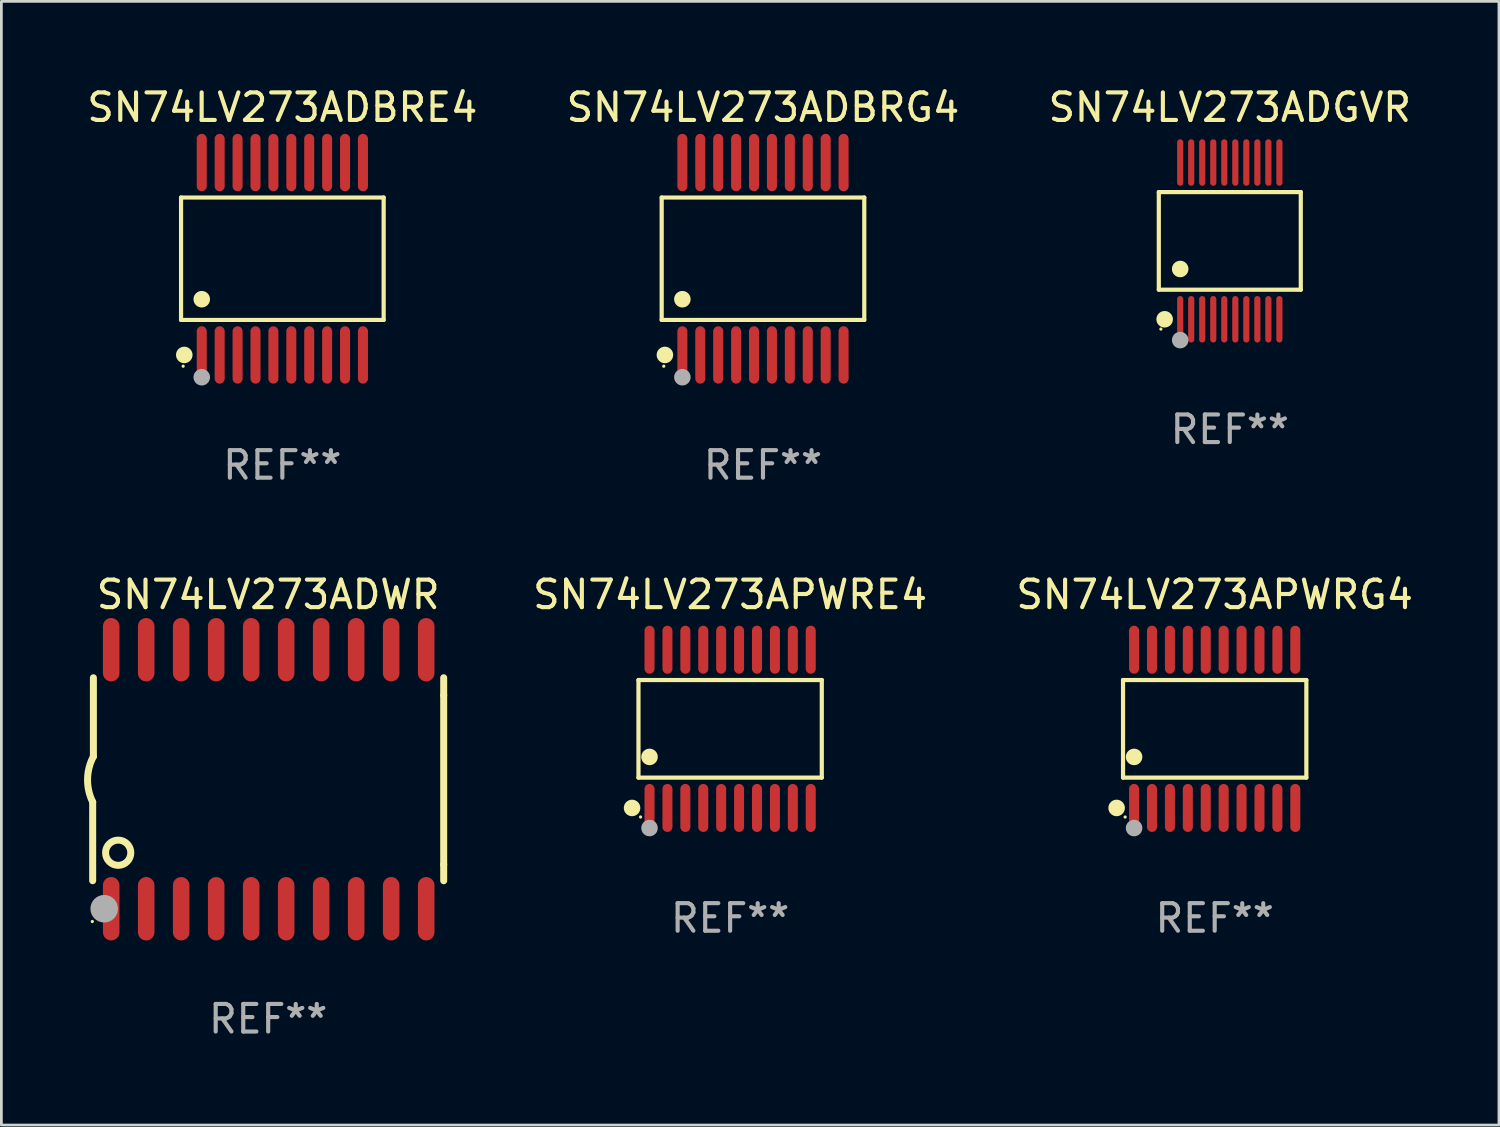
<source format=kicad_pcb>
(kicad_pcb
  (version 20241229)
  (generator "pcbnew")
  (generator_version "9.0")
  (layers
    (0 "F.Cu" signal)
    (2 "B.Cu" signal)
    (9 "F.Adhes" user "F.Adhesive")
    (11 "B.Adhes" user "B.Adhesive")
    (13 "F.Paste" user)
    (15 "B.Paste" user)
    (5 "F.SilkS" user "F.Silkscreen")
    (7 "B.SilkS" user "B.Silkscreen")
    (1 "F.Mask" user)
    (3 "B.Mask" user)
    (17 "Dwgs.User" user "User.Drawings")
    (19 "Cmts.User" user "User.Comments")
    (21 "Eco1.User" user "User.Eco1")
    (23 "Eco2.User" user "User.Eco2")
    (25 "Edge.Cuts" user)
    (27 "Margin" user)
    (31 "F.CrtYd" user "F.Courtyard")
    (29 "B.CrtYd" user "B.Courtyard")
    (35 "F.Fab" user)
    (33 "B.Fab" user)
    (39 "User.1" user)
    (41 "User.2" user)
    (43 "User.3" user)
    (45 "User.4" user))
  (footprint "SN74LV273APWRG4"
    (layer "F.Cu")
    (at 41.029 23.398)
    (property "Reference" "SN74LV273APWRG4" (at 0 -4.871 0) (layer "F.SilkS") (effects (font (size 1 1) (thickness 0.15))))
    (attr through_hole)
    (fp_line (start -3.326 -1.771) (end 3.326 -1.771) (stroke (width 0.152) (type solid)) (layer "F.SilkS"))
    (fp_line (start -3.326 1.771) (end -3.326 -1.771) (stroke (width 0.152) (type solid)) (layer "F.SilkS"))
    (fp_line (start 3.326 -1.771) (end 3.326 1.771) (stroke (width 0.152) (type solid)) (layer "F.SilkS"))
    (fp_line (start 3.326 1.771) (end -3.326 1.771) (stroke (width 0.152) (type solid)) (layer "F.SilkS"))
    (fp_circle (center -3.559 2.871) (end -3.409 2.871) (stroke (width 0.3) (type solid)) (fill no) (layer "F.SilkS"))
    (fp_circle (center -3.25 3.2) (end -3.22 3.2) (stroke (width 0.06) (type solid)) (fill no) (layer "F.SilkS"))
    (fp_circle (center -2.925 1.019) (end -2.775 1.019) (stroke (width 0.3) (type solid)) (fill no) (layer "F.SilkS"))
    (fp_circle (center -2.925 3.6) (end -2.775 3.6) (stroke (width 0.3) (type solid)) (fill no) (layer "F.Fab"))
    (fp_text user "REF**" (at 0 6.871 0) (layer "F.Fab") (effects (font (size 1 1) (thickness 0.15))))
    (pad "1" smd oval (at -2.925 2.871) (size 0.364 1.742) (layers "F.Cu" "F.Mask" "F.Paste"))
    (pad "2" smd oval (at -2.275 2.871) (size 0.364 1.742) (layers "F.Cu" "F.Mask" "F.Paste"))
    (pad "3" smd oval (at -1.625 2.871) (size 0.364 1.742) (layers "F.Cu" "F.Mask" "F.Paste"))
    (pad "4" smd oval (at -0.975 2.871) (size 0.364 1.742) (layers "F.Cu" "F.Mask" "F.Paste"))
    (pad "5" smd oval (at -0.325 2.871) (size 0.364 1.742) (layers "F.Cu" "F.Mask" "F.Paste"))
    (pad "6" smd oval (at 0.325 2.871) (size 0.364 1.742) (layers "F.Cu" "F.Mask" "F.Paste"))
    (pad "7" smd oval (at 0.975 2.871) (size 0.364 1.742) (layers "F.Cu" "F.Mask" "F.Paste"))
    (pad "8" smd oval (at 1.625 2.871) (size 0.364 1.742) (layers "F.Cu" "F.Mask" "F.Paste"))
    (pad "9" smd oval (at 2.275 2.871) (size 0.364 1.742) (layers "F.Cu" "F.Mask" "F.Paste"))
    (pad "10" smd oval (at 2.925 2.871) (size 0.364 1.742) (layers "F.Cu" "F.Mask" "F.Paste"))
    (pad "11" smd oval (at 2.925 -2.871) (size 0.364 1.742) (layers "F.Cu" "F.Mask" "F.Paste"))
    (pad "12" smd oval (at 2.275 -2.871) (size 0.364 1.742) (layers "F.Cu" "F.Mask" "F.Paste"))
    (pad "13" smd oval (at 1.625 -2.871) (size 0.364 1.742) (layers "F.Cu" "F.Mask" "F.Paste"))
    (pad "14" smd oval (at 0.975 -2.871) (size 0.364 1.742) (layers "F.Cu" "F.Mask" "F.Paste"))
    (pad "15" smd oval (at 0.325 -2.871) (size 0.364 1.742) (layers "F.Cu" "F.Mask" "F.Paste"))
    (pad "16" smd oval (at -0.325 -2.871) (size 0.364 1.742) (layers "F.Cu" "F.Mask" "F.Paste"))
    (pad "17" smd oval (at -0.975 -2.871) (size 0.364 1.742) (layers "F.Cu" "F.Mask" "F.Paste"))
    (pad "18" smd oval (at -1.625 -2.871) (size 0.364 1.742) (layers "F.Cu" "F.Mask" "F.Paste"))
    (pad "19" smd oval (at -2.275 -2.871) (size 0.364 1.742) (layers "F.Cu" "F.Mask" "F.Paste"))
    (pad "20" smd oval (at -2.925 -2.871) (size 0.364 1.742) (layers "F.Cu" "F.Mask" "F.Paste")))
  (footprint "SN74LV273ADWR"
    (layer "F.Cu")
    (at 6.682 25.227)
    (property "Reference" "SN74LV273ADWR" (at 0 -6.7 0) (layer "F.SilkS") (effects (font (size 1 1) (thickness 0.15))))
    (attr through_hole)
    (fp_line (start -6.369 0.826) (end -6.369 3.683) (stroke (width 0.254) (type solid)) (layer "F.SilkS"))
    (fp_line (start -6.343 -0.825) (end -6.343 -3.683) (stroke (width 0.254) (type solid)) (layer "F.SilkS"))
    (fp_line (start 6.369 -3.048) (end 6.369 -3.683) (stroke (width 0.254) (type solid)) (layer "F.SilkS"))
    (fp_line (start 6.369 -3.048) (end 6.369 3.096) (stroke (width 0.254) (type solid)) (layer "F.SilkS"))
    (fp_line (start 6.369 3.096) (end 6.369 3.683) (stroke (width 0.254) (type solid)) (layer "F.SilkS"))
    (fp_arc (start -6.36853 0.825552) (mid -6.554743 -0.00301) (end -6.343129 -0.825451) (stroke (width 0.254001) (type solid)) (layer "F.SilkS"))
    (fp_circle (center -6.382 5.163) (end -6.352 5.163) (stroke (width 0.06) (type solid)) (fill no) (layer "F.SilkS"))
    (fp_circle (center -5.443 2.667) (end -4.985 2.667) (stroke (width 0.254) (type solid)) (fill no) (layer "F.SilkS"))
    (fp_circle (center -5.951 4.699) (end -5.701 4.699) (stroke (width 0.5) (type solid)) (fill no) (layer "F.Fab"))
    (fp_text user "REF**" (at 0 8.7 0) (layer "F.Fab") (effects (font (size 1 1) (thickness 0.15))))
    (pad "1" smd oval (at -5.697 4.7 180) (size 0.6 2.3) (layers "F.Cu" "F.Mask" "F.Paste"))
    (pad "2" smd oval (at -4.427 4.7 180) (size 0.6 2.3) (layers "F.Cu" "F.Mask" "F.Paste"))
    (pad "3" smd oval (at -3.157 4.7 180) (size 0.6 2.3) (layers "F.Cu" "F.Mask" "F.Paste"))
    (pad "4" smd oval (at -1.887 4.7 180) (size 0.6 2.3) (layers "F.Cu" "F.Mask" "F.Paste"))
    (pad "5" smd oval (at -0.617 4.7 180) (size 0.6 2.3) (layers "F.Cu" "F.Mask" "F.Paste"))
    (pad "6" smd oval (at 0.653 4.7 180) (size 0.6 2.3) (layers "F.Cu" "F.Mask" "F.Paste"))
    (pad "7" smd oval (at 1.923 4.7 180) (size 0.6 2.3) (layers "F.Cu" "F.Mask" "F.Paste"))
    (pad "8" smd oval (at 3.193 4.7 180) (size 0.6 2.3) (layers "F.Cu" "F.Mask" "F.Paste"))
    (pad "9" smd oval (at 4.463 4.7 180) (size 0.6 2.3) (layers "F.Cu" "F.Mask" "F.Paste"))
    (pad "10" smd oval (at 5.734 4.7 180) (size 0.6 2.3) (layers "F.Cu" "F.Mask" "F.Paste"))
    (pad "11" smd oval (at 5.734 -4.7 180) (size 0.6 2.3) (layers "F.Cu" "F.Mask" "F.Paste"))
    (pad "12" smd oval (at 4.463 -4.7 180) (size 0.6 2.3) (layers "F.Cu" "F.Mask" "F.Paste"))
    (pad "13" smd oval (at 3.193 -4.7 180) (size 0.6 2.3) (layers "F.Cu" "F.Mask" "F.Paste"))
    (pad "14" smd oval (at 1.923 -4.7 180) (size 0.6 2.3) (layers "F.Cu" "F.Mask" "F.Paste"))
    (pad "15" smd oval (at 0.653 -4.7 180) (size 0.6 2.3) (layers "F.Cu" "F.Mask" "F.Paste"))
    (pad "16" smd oval (at -0.617 -4.7 180) (size 0.6 2.3) (layers "F.Cu" "F.Mask" "F.Paste"))
    (pad "17" smd oval (at -1.887 -4.7 180) (size 0.6 2.3) (layers "F.Cu" "F.Mask" "F.Paste"))
    (pad "18" smd oval (at -3.157 -4.7 180) (size 0.6 2.3) (layers "F.Cu" "F.Mask" "F.Paste"))
    (pad "19" smd oval (at -4.427 -4.7 180) (size 0.6 2.3) (layers "F.Cu" "F.Mask" "F.Paste"))
    (pad "20" smd oval (at -5.697 -4.7 180) (size 0.6 2.3) (layers "F.Cu" "F.Mask" "F.Paste")))
  (footprint "SN74LV273ADBRG4"
    (layer "F.Cu")
    (at 24.637 6.339)
    (property "Reference" "SN74LV273ADBRG4" (at 0 -5.491 0) (layer "F.SilkS") (effects (font (size 1 1) (thickness 0.15))))
    (attr through_hole)
    (fp_line (start -3.676 -2.221) (end 3.676 -2.221) (stroke (width 0.152) (type solid)) (layer "F.SilkS"))
    (fp_line (start -3.676 2.221) (end -3.676 -2.221) (stroke (width 0.152) (type solid)) (layer "F.SilkS"))
    (fp_line (start 3.676 -2.221) (end 3.676 2.221) (stroke (width 0.152) (type solid)) (layer "F.SilkS"))
    (fp_line (start 3.676 2.221) (end -3.676 2.221) (stroke (width 0.152) (type solid)) (layer "F.SilkS"))
    (fp_circle (center -3.6 3.9) (end -3.57 3.9) (stroke (width 0.06) (type solid)) (fill no) (layer "F.SilkS"))
    (fp_circle (center -3.559 3.491) (end -3.409 3.491) (stroke (width 0.3) (type solid)) (fill no) (layer "F.SilkS"))
    (fp_circle (center -2.925 1.469) (end -2.775 1.469) (stroke (width 0.3) (type solid)) (fill no) (layer "F.SilkS"))
    (fp_circle (center -2.925 4.3) (end -2.775 4.3) (stroke (width 0.3) (type solid)) (fill no) (layer "F.Fab"))
    (fp_text user "REF**" (at 0 7.491 0) (layer "F.Fab") (effects (font (size 1 1) (thickness 0.15))))
    (pad "1" smd oval (at -2.925 3.491) (size 0.364 2.082) (layers "F.Cu" "F.Mask" "F.Paste"))
    (pad "2" smd oval (at -2.275 3.491) (size 0.364 2.082) (layers "F.Cu" "F.Mask" "F.Paste"))
    (pad "3" smd oval (at -1.625 3.491) (size 0.364 2.082) (layers "F.Cu" "F.Mask" "F.Paste"))
    (pad "4" smd oval (at -0.975 3.491) (size 0.364 2.082) (layers "F.Cu" "F.Mask" "F.Paste"))
    (pad "5" smd oval (at -0.325 3.491) (size 0.364 2.082) (layers "F.Cu" "F.Mask" "F.Paste"))
    (pad "6" smd oval (at 0.325 3.491) (size 0.364 2.082) (layers "F.Cu" "F.Mask" "F.Paste"))
    (pad "7" smd oval (at 0.975 3.491) (size 0.364 2.082) (layers "F.Cu" "F.Mask" "F.Paste"))
    (pad "8" smd oval (at 1.625 3.491) (size 0.364 2.082) (layers "F.Cu" "F.Mask" "F.Paste"))
    (pad "9" smd oval (at 2.275 3.491) (size 0.364 2.082) (layers "F.Cu" "F.Mask" "F.Paste"))
    (pad "10" smd oval (at 2.925 3.491) (size 0.364 2.082) (layers "F.Cu" "F.Mask" "F.Paste"))
    (pad "11" smd oval (at 2.925 -3.491) (size 0.364 2.082) (layers "F.Cu" "F.Mask" "F.Paste"))
    (pad "12" smd oval (at 2.275 -3.491) (size 0.364 2.082) (layers "F.Cu" "F.Mask" "F.Paste"))
    (pad "13" smd oval (at 1.625 -3.491) (size 0.364 2.082) (layers "F.Cu" "F.Mask" "F.Paste"))
    (pad "14" smd oval (at 0.975 -3.491) (size 0.364 2.082) (layers "F.Cu" "F.Mask" "F.Paste"))
    (pad "15" smd oval (at 0.325 -3.491) (size 0.364 2.082) (layers "F.Cu" "F.Mask" "F.Paste"))
    (pad "16" smd oval (at -0.325 -3.491) (size 0.364 2.082) (layers "F.Cu" "F.Mask" "F.Paste"))
    (pad "17" smd oval (at -0.975 -3.491) (size 0.364 2.082) (layers "F.Cu" "F.Mask" "F.Paste"))
    (pad "18" smd oval (at -1.625 -3.491) (size 0.364 2.082) (layers "F.Cu" "F.Mask" "F.Paste"))
    (pad "19" smd oval (at -2.275 -3.491) (size 0.364 2.082) (layers "F.Cu" "F.Mask" "F.Paste"))
    (pad "20" smd oval (at -2.925 -3.491) (size 0.364 2.082) (layers "F.Cu" "F.Mask" "F.Paste")))
  (footprint "SN74LV273ADBRE4"
    (layer "F.Cu")
    (at 7.196 6.339)
    (property "Reference" "SN74LV273ADBRE4" (at 0 -5.491 0) (layer "F.SilkS") (effects (font (size 1 1) (thickness 0.15))))
    (attr through_hole)
    (fp_line (start -3.676 -2.221) (end 3.676 -2.221) (stroke (width 0.152) (type solid)) (layer "F.SilkS"))
    (fp_line (start -3.676 2.221) (end -3.676 -2.221) (stroke (width 0.152) (type solid)) (layer "F.SilkS"))
    (fp_line (start 3.676 -2.221) (end 3.676 2.221) (stroke (width 0.152) (type solid)) (layer "F.SilkS"))
    (fp_line (start 3.676 2.221) (end -3.676 2.221) (stroke (width 0.152) (type solid)) (layer "F.SilkS"))
    (fp_circle (center -3.6 3.9) (end -3.57 3.9) (stroke (width 0.06) (type solid)) (fill no) (layer "F.SilkS"))
    (fp_circle (center -3.559 3.491) (end -3.409 3.491) (stroke (width 0.3) (type solid)) (fill no) (layer "F.SilkS"))
    (fp_circle (center -2.925 1.469) (end -2.775 1.469) (stroke (width 0.3) (type solid)) (fill no) (layer "F.SilkS"))
    (fp_circle (center -2.925 4.3) (end -2.775 4.3) (stroke (width 0.3) (type solid)) (fill no) (layer "F.Fab"))
    (fp_text user "REF**" (at 0 7.491 0) (layer "F.Fab") (effects (font (size 1 1) (thickness 0.15))))
    (pad "1" smd oval (at -2.925 3.491) (size 0.364 2.082) (layers "F.Cu" "F.Mask" "F.Paste"))
    (pad "2" smd oval (at -2.275 3.491) (size 0.364 2.082) (layers "F.Cu" "F.Mask" "F.Paste"))
    (pad "3" smd oval (at -1.625 3.491) (size 0.364 2.082) (layers "F.Cu" "F.Mask" "F.Paste"))
    (pad "4" smd oval (at -0.975 3.491) (size 0.364 2.082) (layers "F.Cu" "F.Mask" "F.Paste"))
    (pad "5" smd oval (at -0.325 3.491) (size 0.364 2.082) (layers "F.Cu" "F.Mask" "F.Paste"))
    (pad "6" smd oval (at 0.325 3.491) (size 0.364 2.082) (layers "F.Cu" "F.Mask" "F.Paste"))
    (pad "7" smd oval (at 0.975 3.491) (size 0.364 2.082) (layers "F.Cu" "F.Mask" "F.Paste"))
    (pad "8" smd oval (at 1.625 3.491) (size 0.364 2.082) (layers "F.Cu" "F.Mask" "F.Paste"))
    (pad "9" smd oval (at 2.275 3.491) (size 0.364 2.082) (layers "F.Cu" "F.Mask" "F.Paste"))
    (pad "10" smd oval (at 2.925 3.491) (size 0.364 2.082) (layers "F.Cu" "F.Mask" "F.Paste"))
    (pad "11" smd oval (at 2.925 -3.491) (size 0.364 2.082) (layers "F.Cu" "F.Mask" "F.Paste"))
    (pad "12" smd oval (at 2.275 -3.491) (size 0.364 2.082) (layers "F.Cu" "F.Mask" "F.Paste"))
    (pad "13" smd oval (at 1.625 -3.491) (size 0.364 2.082) (layers "F.Cu" "F.Mask" "F.Paste"))
    (pad "14" smd oval (at 0.975 -3.491) (size 0.364 2.082) (layers "F.Cu" "F.Mask" "F.Paste"))
    (pad "15" smd oval (at 0.325 -3.491) (size 0.364 2.082) (layers "F.Cu" "F.Mask" "F.Paste"))
    (pad "16" smd oval (at -0.325 -3.491) (size 0.364 2.082) (layers "F.Cu" "F.Mask" "F.Paste"))
    (pad "17" smd oval (at -0.975 -3.491) (size 0.364 2.082) (layers "F.Cu" "F.Mask" "F.Paste"))
    (pad "18" smd oval (at -1.625 -3.491) (size 0.364 2.082) (layers "F.Cu" "F.Mask" "F.Paste"))
    (pad "19" smd oval (at -2.275 -3.491) (size 0.364 2.082) (layers "F.Cu" "F.Mask" "F.Paste"))
    (pad "20" smd oval (at -2.925 -3.491) (size 0.364 2.082) (layers "F.Cu" "F.Mask" "F.Paste")))
  (footprint "SN74LV273ADGVR"
    (layer "F.Cu")
    (at 41.577 5.692)
    (property "Reference" "SN74LV273ADGVR" (at 0 -4.844 0) (layer "F.SilkS") (effects (font (size 1 1) (thickness 0.15))))
    (attr through_hole)
    (fp_line (start -2.576 -1.771) (end 2.576 -1.771) (stroke (width 0.152) (type solid)) (layer "F.SilkS"))
    (fp_line (start -2.576 1.771) (end -2.576 -1.771) (stroke (width 0.152) (type solid)) (layer "F.SilkS"))
    (fp_line (start 2.576 -1.771) (end 2.576 1.771) (stroke (width 0.152) (type solid)) (layer "F.SilkS"))
    (fp_line (start 2.576 1.771) (end -2.576 1.771) (stroke (width 0.152) (type solid)) (layer "F.SilkS"))
    (fp_circle (center -2.5 3.2) (end -2.47 3.2) (stroke (width 0.06) (type solid)) (fill no) (layer "F.SilkS"))
    (fp_circle (center -2.364 2.844) (end -2.214 2.844) (stroke (width 0.3) (type solid)) (fill no) (layer "F.SilkS"))
    (fp_circle (center -1.8 1.019) (end -1.65 1.019) (stroke (width 0.3) (type solid)) (fill no) (layer "F.SilkS"))
    (fp_circle (center -1.8 3.6) (end -1.65 3.6) (stroke (width 0.3) (type solid)) (fill no) (layer "F.Fab"))
    (fp_text user "REF**" (at 0 6.844 0) (layer "F.Fab") (effects (font (size 1 1) (thickness 0.15))))
    (pad "1" smd oval (at -1.8 2.844) (size 0.224 1.687) (layers "F.Cu" "F.Mask" "F.Paste"))
    (pad "2" smd oval (at -1.4 2.844) (size 0.224 1.687) (layers "F.Cu" "F.Mask" "F.Paste"))
    (pad "3" smd oval (at -1 2.844) (size 0.224 1.687) (layers "F.Cu" "F.Mask" "F.Paste"))
    (pad "4" smd oval (at -0.6 2.844) (size 0.224 1.687) (layers "F.Cu" "F.Mask" "F.Paste"))
    (pad "5" smd oval (at -0.2 2.844) (size 0.224 1.687) (layers "F.Cu" "F.Mask" "F.Paste"))
    (pad "6" smd oval (at 0.2 2.844) (size 0.224 1.687) (layers "F.Cu" "F.Mask" "F.Paste"))
    (pad "7" smd oval (at 0.6 2.844) (size 0.224 1.687) (layers "F.Cu" "F.Mask" "F.Paste"))
    (pad "8" smd oval (at 1 2.844) (size 0.224 1.687) (layers "F.Cu" "F.Mask" "F.Paste"))
    (pad "9" smd oval (at 1.4 2.844) (size 0.224 1.687) (layers "F.Cu" "F.Mask" "F.Paste"))
    (pad "10" smd oval (at 1.8 2.844) (size 0.224 1.687) (layers "F.Cu" "F.Mask" "F.Paste"))
    (pad "11" smd oval (at 1.8 -2.844) (size 0.224 1.687) (layers "F.Cu" "F.Mask" "F.Paste"))
    (pad "12" smd oval (at 1.4 -2.844) (size 0.224 1.687) (layers "F.Cu" "F.Mask" "F.Paste"))
    (pad "13" smd oval (at 1 -2.844) (size 0.224 1.687) (layers "F.Cu" "F.Mask" "F.Paste"))
    (pad "14" smd oval (at 0.6 -2.844) (size 0.224 1.687) (layers "F.Cu" "F.Mask" "F.Paste"))
    (pad "15" smd oval (at 0.2 -2.844) (size 0.224 1.687) (layers "F.Cu" "F.Mask" "F.Paste"))
    (pad "16" smd oval (at -0.2 -2.844) (size 0.224 1.687) (layers "F.Cu" "F.Mask" "F.Paste"))
    (pad "17" smd oval (at -0.6 -2.844) (size 0.224 1.687) (layers "F.Cu" "F.Mask" "F.Paste"))
    (pad "18" smd oval (at -1 -2.844) (size 0.224 1.687) (layers "F.Cu" "F.Mask" "F.Paste"))
    (pad "19" smd oval (at -1.4 -2.844) (size 0.224 1.687) (layers "F.Cu" "F.Mask" "F.Paste"))
    (pad "20" smd oval (at -1.8 -2.844) (size 0.224 1.687) (layers "F.Cu" "F.Mask" "F.Paste")))
  (footprint "SN74LV273APWRE4"
    (layer "F.Cu")
    (at 23.445 23.398)
    (property "Reference" "SN74LV273APWRE4" (at 0 -4.871 0) (layer "F.SilkS") (effects (font (size 1 1) (thickness 0.15))))
    (attr through_hole)
    (fp_line (start -3.326 -1.771) (end 3.326 -1.771) (stroke (width 0.152) (type solid)) (layer "F.SilkS"))
    (fp_line (start -3.326 1.771) (end -3.326 -1.771) (stroke (width 0.152) (type solid)) (layer "F.SilkS"))
    (fp_line (start 3.326 -1.771) (end 3.326 1.771) (stroke (width 0.152) (type solid)) (layer "F.SilkS"))
    (fp_line (start 3.326 1.771) (end -3.326 1.771) (stroke (width 0.152) (type solid)) (layer "F.SilkS"))
    (fp_circle (center -3.559 2.871) (end -3.409 2.871) (stroke (width 0.3) (type solid)) (fill no) (layer "F.SilkS"))
    (fp_circle (center -3.25 3.2) (end -3.22 3.2) (stroke (width 0.06) (type solid)) (fill no) (layer "F.SilkS"))
    (fp_circle (center -2.925 1.019) (end -2.775 1.019) (stroke (width 0.3) (type solid)) (fill no) (layer "F.SilkS"))
    (fp_circle (center -2.925 3.6) (end -2.775 3.6) (stroke (width 0.3) (type solid)) (fill no) (layer "F.Fab"))
    (fp_text user "REF**" (at 0 6.871 0) (layer "F.Fab") (effects (font (size 1 1) (thickness 0.15))))
    (pad "1" smd oval (at -2.925 2.871) (size 0.364 1.742) (layers "F.Cu" "F.Mask" "F.Paste"))
    (pad "2" smd oval (at -2.275 2.871) (size 0.364 1.742) (layers "F.Cu" "F.Mask" "F.Paste"))
    (pad "3" smd oval (at -1.625 2.871) (size 0.364 1.742) (layers "F.Cu" "F.Mask" "F.Paste"))
    (pad "4" smd oval (at -0.975 2.871) (size 0.364 1.742) (layers "F.Cu" "F.Mask" "F.Paste"))
    (pad "5" smd oval (at -0.325 2.871) (size 0.364 1.742) (layers "F.Cu" "F.Mask" "F.Paste"))
    (pad "6" smd oval (at 0.325 2.871) (size 0.364 1.742) (layers "F.Cu" "F.Mask" "F.Paste"))
    (pad "7" smd oval (at 0.975 2.871) (size 0.364 1.742) (layers "F.Cu" "F.Mask" "F.Paste"))
    (pad "8" smd oval (at 1.625 2.871) (size 0.364 1.742) (layers "F.Cu" "F.Mask" "F.Paste"))
    (pad "9" smd oval (at 2.275 2.871) (size 0.364 1.742) (layers "F.Cu" "F.Mask" "F.Paste"))
    (pad "10" smd oval (at 2.925 2.871) (size 0.364 1.742) (layers "F.Cu" "F.Mask" "F.Paste"))
    (pad "11" smd oval (at 2.925 -2.871) (size 0.364 1.742) (layers "F.Cu" "F.Mask" "F.Paste"))
    (pad "12" smd oval (at 2.275 -2.871) (size 0.364 1.742) (layers "F.Cu" "F.Mask" "F.Paste"))
    (pad "13" smd oval (at 1.625 -2.871) (size 0.364 1.742) (layers "F.Cu" "F.Mask" "F.Paste"))
    (pad "14" smd oval (at 0.975 -2.871) (size 0.364 1.742) (layers "F.Cu" "F.Mask" "F.Paste"))
    (pad "15" smd oval (at 0.325 -2.871) (size 0.364 1.742) (layers "F.Cu" "F.Mask" "F.Paste"))
    (pad "16" smd oval (at -0.325 -2.871) (size 0.364 1.742) (layers "F.Cu" "F.Mask" "F.Paste"))
    (pad "17" smd oval (at -0.975 -2.871) (size 0.364 1.742) (layers "F.Cu" "F.Mask" "F.Paste"))
    (pad "18" smd oval (at -1.625 -2.871) (size 0.364 1.742) (layers "F.Cu" "F.Mask" "F.Paste"))
    (pad "19" smd oval (at -2.275 -2.871) (size 0.364 1.742) (layers "F.Cu" "F.Mask" "F.Paste"))
    (pad "20" smd oval (at -2.925 -2.871) (size 0.364 1.742) (layers "F.Cu" "F.Mask" "F.Paste")))
  (gr_rect
    (start -3 -3)
    (end 51.344 37.775)
    (stroke (width 0.1) (type default))
    (fill no)
    (layer "Edge.Cuts")))
</source>
